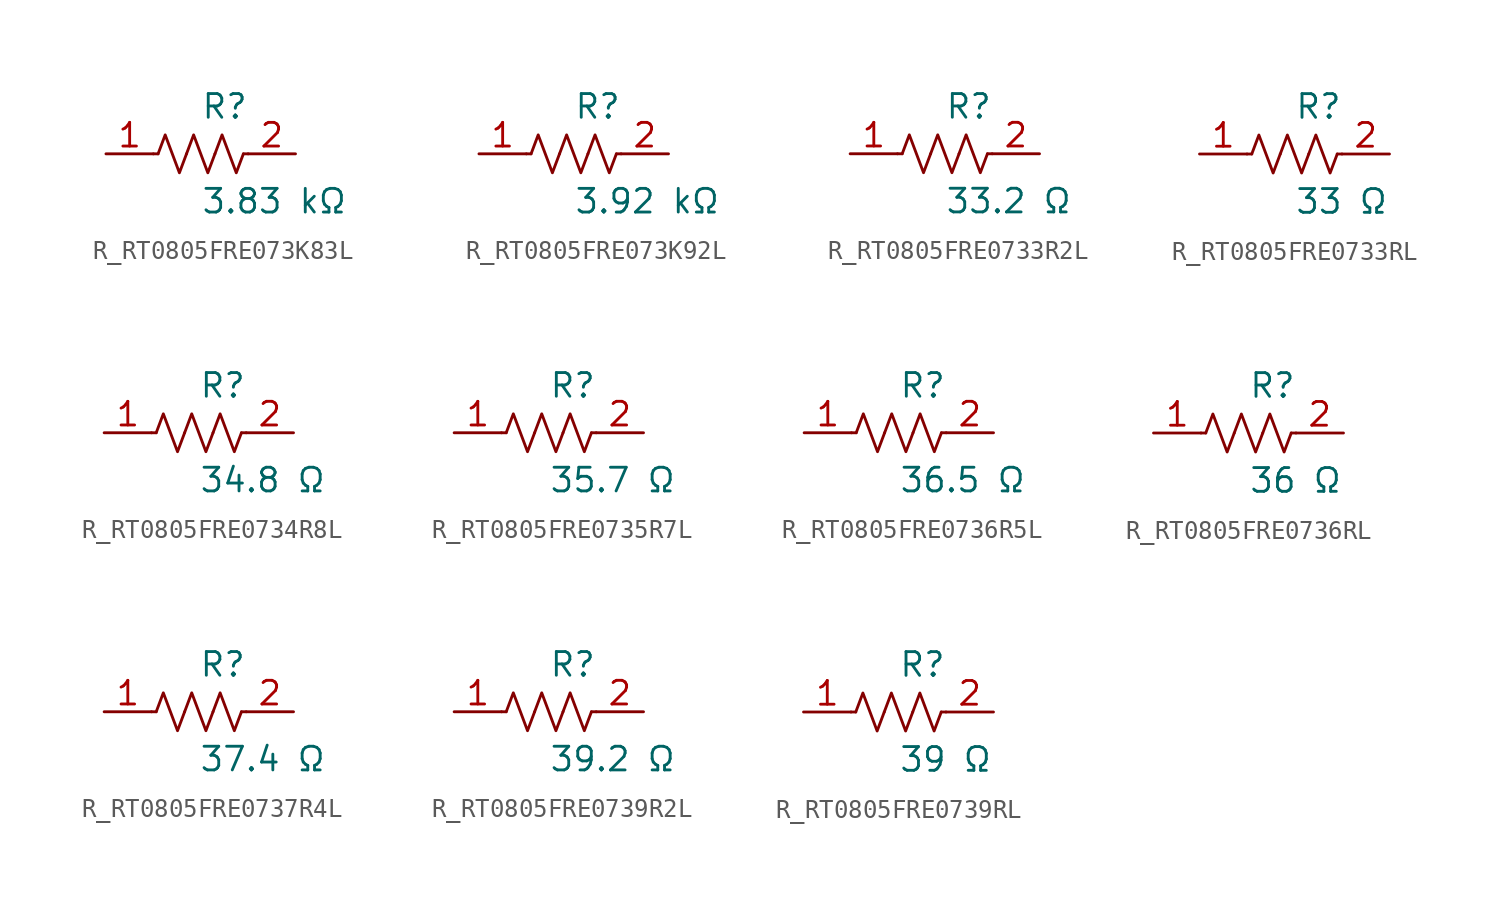
<source format=kicad_sym>
(kicad_symbol_lib
  (version 20231120)
  (generator kicad_symbol_editor)
  (generator_version 8.0)
  (symbol "R_RT0805FRE073K83L"
    (pin_names
      (offset 0.254))
    (property "Reference" "R"
      (at 0.0 2.54 0)
      (effects (font (size 1.27 1.27)) (justify left)))
    (property "Value" "3.83 kΩ"
      (at 0.0 -2.54 0)
      (effects (font (size 1.27 1.27)) (justify left)))
    (symbol "R_RT0805FRE073K83L_0_1"
      (polyline (pts (xy 2.286 0) (xy 2.54 0)) (stroke (width 0) (type default)) (fill (type none)))
      (polyline (pts (xy -2.286 0) (xy -2.54 0)) (stroke (width 0) (type default)) (fill (type none)))
      (polyline (pts (xy 0.762 0) (xy 1.143 1.016) (xy 1.524 0) (xy 1.905 -1.016) (xy 2.286 0)) (stroke (width 0) (type default)) (fill (type none)))
      (polyline (pts (xy -0.762 0) (xy -0.381 1.016) (xy 0 0) (xy 0.381 -1.016) (xy 0.762 0)) (stroke (width 0) (type default)) (fill (type none)))
      (polyline (pts (xy -2.286 0) (xy -1.905 1.016) (xy -1.524 0) (xy -1.143 -1.016) (xy -0.762 0)) (stroke (width 0) (type default)) (fill (type none))))
    (pin unspecified line
      (at -5.08 0 0)
      (length 2.54)
      (name "" (effects (font (size 1.27 1.27))))
      (number "1" (effects (font (size 1.27 1.27)))))
    (pin unspecified line
      (at 5.08 0 180)
      (length 2.54)
      (name "" (effects (font (size 1.27 1.27))))
      (number "2" (effects (font (size 1.27 1.27))))))
  (symbol "R_RT0805FRE073K92L"
    (pin_names
      (offset 0.254))
    (property "Reference" "R"
      (at 0.0 2.54 0)
      (effects (font (size 1.27 1.27)) (justify left)))
    (property "Value" "3.92 kΩ"
      (at 0.0 -2.54 0)
      (effects (font (size 1.27 1.27)) (justify left)))
    (symbol "R_RT0805FRE073K92L_0_1"
      (polyline (pts (xy 2.286 0) (xy 2.54 0)) (stroke (width 0) (type default)) (fill (type none)))
      (polyline (pts (xy -2.286 0) (xy -2.54 0)) (stroke (width 0) (type default)) (fill (type none)))
      (polyline (pts (xy 0.762 0) (xy 1.143 1.016) (xy 1.524 0) (xy 1.905 -1.016) (xy 2.286 0)) (stroke (width 0) (type default)) (fill (type none)))
      (polyline (pts (xy -0.762 0) (xy -0.381 1.016) (xy 0 0) (xy 0.381 -1.016) (xy 0.762 0)) (stroke (width 0) (type default)) (fill (type none)))
      (polyline (pts (xy -2.286 0) (xy -1.905 1.016) (xy -1.524 0) (xy -1.143 -1.016) (xy -0.762 0)) (stroke (width 0) (type default)) (fill (type none))))
    (pin unspecified line
      (at -5.08 0 0)
      (length 2.54)
      (name "" (effects (font (size 1.27 1.27))))
      (number "1" (effects (font (size 1.27 1.27)))))
    (pin unspecified line
      (at 5.08 0 180)
      (length 2.54)
      (name "" (effects (font (size 1.27 1.27))))
      (number "2" (effects (font (size 1.27 1.27))))))
  (symbol "R_RT0805FRE0733R2L"
    (pin_names
      (offset 0.254))
    (property "Reference" "R"
      (at 0.0 2.54 0)
      (effects (font (size 1.27 1.27)) (justify left)))
    (property "Value" "33.2 Ω"
      (at 0.0 -2.54 0)
      (effects (font (size 1.27 1.27)) (justify left)))
    (symbol "R_RT0805FRE0733R2L_0_1"
      (polyline (pts (xy 2.286 0) (xy 2.54 0)) (stroke (width 0) (type default)) (fill (type none)))
      (polyline (pts (xy -2.286 0) (xy -2.54 0)) (stroke (width 0) (type default)) (fill (type none)))
      (polyline (pts (xy 0.762 0) (xy 1.143 1.016) (xy 1.524 0) (xy 1.905 -1.016) (xy 2.286 0)) (stroke (width 0) (type default)) (fill (type none)))
      (polyline (pts (xy -0.762 0) (xy -0.381 1.016) (xy 0 0) (xy 0.381 -1.016) (xy 0.762 0)) (stroke (width 0) (type default)) (fill (type none)))
      (polyline (pts (xy -2.286 0) (xy -1.905 1.016) (xy -1.524 0) (xy -1.143 -1.016) (xy -0.762 0)) (stroke (width 0) (type default)) (fill (type none))))
    (pin unspecified line
      (at -5.08 0 0)
      (length 2.54)
      (name "" (effects (font (size 1.27 1.27))))
      (number "1" (effects (font (size 1.27 1.27)))))
    (pin unspecified line
      (at 5.08 0 180)
      (length 2.54)
      (name "" (effects (font (size 1.27 1.27))))
      (number "2" (effects (font (size 1.27 1.27))))))
  (symbol "R_RT0805FRE0733RL"
    (pin_names
      (offset 0.254))
    (property "Reference" "R"
      (at 0.0 2.54 0)
      (effects (font (size 1.27 1.27)) (justify left)))
    (property "Value" "33 Ω"
      (at 0.0 -2.54 0)
      (effects (font (size 1.27 1.27)) (justify left)))
    (symbol "R_RT0805FRE0733RL_0_1"
      (polyline (pts (xy 2.286 0) (xy 2.54 0)) (stroke (width 0) (type default)) (fill (type none)))
      (polyline (pts (xy -2.286 0) (xy -2.54 0)) (stroke (width 0) (type default)) (fill (type none)))
      (polyline (pts (xy 0.762 0) (xy 1.143 1.016) (xy 1.524 0) (xy 1.905 -1.016) (xy 2.286 0)) (stroke (width 0) (type default)) (fill (type none)))
      (polyline (pts (xy -0.762 0) (xy -0.381 1.016) (xy 0 0) (xy 0.381 -1.016) (xy 0.762 0)) (stroke (width 0) (type default)) (fill (type none)))
      (polyline (pts (xy -2.286 0) (xy -1.905 1.016) (xy -1.524 0) (xy -1.143 -1.016) (xy -0.762 0)) (stroke (width 0) (type default)) (fill (type none))))
    (pin unspecified line
      (at -5.08 0 0)
      (length 2.54)
      (name "" (effects (font (size 1.27 1.27))))
      (number "1" (effects (font (size 1.27 1.27)))))
    (pin unspecified line
      (at 5.08 0 180)
      (length 2.54)
      (name "" (effects (font (size 1.27 1.27))))
      (number "2" (effects (font (size 1.27 1.27))))))
  (symbol "R_RT0805FRE0734R8L"
    (pin_names
      (offset 0.254))
    (property "Reference" "R"
      (at 0.0 2.54 0)
      (effects (font (size 1.27 1.27)) (justify left)))
    (property "Value" "34.8 Ω"
      (at 0.0 -2.54 0)
      (effects (font (size 1.27 1.27)) (justify left)))
    (symbol "R_RT0805FRE0734R8L_0_1"
      (polyline (pts (xy 2.286 0) (xy 2.54 0)) (stroke (width 0) (type default)) (fill (type none)))
      (polyline (pts (xy -2.286 0) (xy -2.54 0)) (stroke (width 0) (type default)) (fill (type none)))
      (polyline (pts (xy 0.762 0) (xy 1.143 1.016) (xy 1.524 0) (xy 1.905 -1.016) (xy 2.286 0)) (stroke (width 0) (type default)) (fill (type none)))
      (polyline (pts (xy -0.762 0) (xy -0.381 1.016) (xy 0 0) (xy 0.381 -1.016) (xy 0.762 0)) (stroke (width 0) (type default)) (fill (type none)))
      (polyline (pts (xy -2.286 0) (xy -1.905 1.016) (xy -1.524 0) (xy -1.143 -1.016) (xy -0.762 0)) (stroke (width 0) (type default)) (fill (type none))))
    (pin unspecified line
      (at -5.08 0 0)
      (length 2.54)
      (name "" (effects (font (size 1.27 1.27))))
      (number "1" (effects (font (size 1.27 1.27)))))
    (pin unspecified line
      (at 5.08 0 180)
      (length 2.54)
      (name "" (effects (font (size 1.27 1.27))))
      (number "2" (effects (font (size 1.27 1.27))))))
  (symbol "R_RT0805FRE0735R7L"
    (pin_names
      (offset 0.254))
    (property "Reference" "R"
      (at 0.0 2.54 0)
      (effects (font (size 1.27 1.27)) (justify left)))
    (property "Value" "35.7 Ω"
      (at 0.0 -2.54 0)
      (effects (font (size 1.27 1.27)) (justify left)))
    (symbol "R_RT0805FRE0735R7L_0_1"
      (polyline (pts (xy 2.286 0) (xy 2.54 0)) (stroke (width 0) (type default)) (fill (type none)))
      (polyline (pts (xy -2.286 0) (xy -2.54 0)) (stroke (width 0) (type default)) (fill (type none)))
      (polyline (pts (xy 0.762 0) (xy 1.143 1.016) (xy 1.524 0) (xy 1.905 -1.016) (xy 2.286 0)) (stroke (width 0) (type default)) (fill (type none)))
      (polyline (pts (xy -0.762 0) (xy -0.381 1.016) (xy 0 0) (xy 0.381 -1.016) (xy 0.762 0)) (stroke (width 0) (type default)) (fill (type none)))
      (polyline (pts (xy -2.286 0) (xy -1.905 1.016) (xy -1.524 0) (xy -1.143 -1.016) (xy -0.762 0)) (stroke (width 0) (type default)) (fill (type none))))
    (pin unspecified line
      (at -5.08 0 0)
      (length 2.54)
      (name "" (effects (font (size 1.27 1.27))))
      (number "1" (effects (font (size 1.27 1.27)))))
    (pin unspecified line
      (at 5.08 0 180)
      (length 2.54)
      (name "" (effects (font (size 1.27 1.27))))
      (number "2" (effects (font (size 1.27 1.27))))))
  (symbol "R_RT0805FRE0736R5L"
    (pin_names
      (offset 0.254))
    (property "Reference" "R"
      (at 0.0 2.54 0)
      (effects (font (size 1.27 1.27)) (justify left)))
    (property "Value" "36.5 Ω"
      (at 0.0 -2.54 0)
      (effects (font (size 1.27 1.27)) (justify left)))
    (symbol "R_RT0805FRE0736R5L_0_1"
      (polyline (pts (xy 2.286 0) (xy 2.54 0)) (stroke (width 0) (type default)) (fill (type none)))
      (polyline (pts (xy -2.286 0) (xy -2.54 0)) (stroke (width 0) (type default)) (fill (type none)))
      (polyline (pts (xy 0.762 0) (xy 1.143 1.016) (xy 1.524 0) (xy 1.905 -1.016) (xy 2.286 0)) (stroke (width 0) (type default)) (fill (type none)))
      (polyline (pts (xy -0.762 0) (xy -0.381 1.016) (xy 0 0) (xy 0.381 -1.016) (xy 0.762 0)) (stroke (width 0) (type default)) (fill (type none)))
      (polyline (pts (xy -2.286 0) (xy -1.905 1.016) (xy -1.524 0) (xy -1.143 -1.016) (xy -0.762 0)) (stroke (width 0) (type default)) (fill (type none))))
    (pin unspecified line
      (at -5.08 0 0)
      (length 2.54)
      (name "" (effects (font (size 1.27 1.27))))
      (number "1" (effects (font (size 1.27 1.27)))))
    (pin unspecified line
      (at 5.08 0 180)
      (length 2.54)
      (name "" (effects (font (size 1.27 1.27))))
      (number "2" (effects (font (size 1.27 1.27))))))
  (symbol "R_RT0805FRE0736RL"
    (pin_names
      (offset 0.254))
    (property "Reference" "R"
      (at 0.0 2.54 0)
      (effects (font (size 1.27 1.27)) (justify left)))
    (property "Value" "36 Ω"
      (at 0.0 -2.54 0)
      (effects (font (size 1.27 1.27)) (justify left)))
    (symbol "R_RT0805FRE0736RL_0_1"
      (polyline (pts (xy 2.286 0) (xy 2.54 0)) (stroke (width 0) (type default)) (fill (type none)))
      (polyline (pts (xy -2.286 0) (xy -2.54 0)) (stroke (width 0) (type default)) (fill (type none)))
      (polyline (pts (xy 0.762 0) (xy 1.143 1.016) (xy 1.524 0) (xy 1.905 -1.016) (xy 2.286 0)) (stroke (width 0) (type default)) (fill (type none)))
      (polyline (pts (xy -0.762 0) (xy -0.381 1.016) (xy 0 0) (xy 0.381 -1.016) (xy 0.762 0)) (stroke (width 0) (type default)) (fill (type none)))
      (polyline (pts (xy -2.286 0) (xy -1.905 1.016) (xy -1.524 0) (xy -1.143 -1.016) (xy -0.762 0)) (stroke (width 0) (type default)) (fill (type none))))
    (pin unspecified line
      (at -5.08 0 0)
      (length 2.54)
      (name "" (effects (font (size 1.27 1.27))))
      (number "1" (effects (font (size 1.27 1.27)))))
    (pin unspecified line
      (at 5.08 0 180)
      (length 2.54)
      (name "" (effects (font (size 1.27 1.27))))
      (number "2" (effects (font (size 1.27 1.27))))))
  (symbol "R_RT0805FRE0737R4L"
    (pin_names
      (offset 0.254))
    (property "Reference" "R"
      (at 0.0 2.54 0)
      (effects (font (size 1.27 1.27)) (justify left)))
    (property "Value" "37.4 Ω"
      (at 0.0 -2.54 0)
      (effects (font (size 1.27 1.27)) (justify left)))
    (symbol "R_RT0805FRE0737R4L_0_1"
      (polyline (pts (xy 2.286 0) (xy 2.54 0)) (stroke (width 0) (type default)) (fill (type none)))
      (polyline (pts (xy -2.286 0) (xy -2.54 0)) (stroke (width 0) (type default)) (fill (type none)))
      (polyline (pts (xy 0.762 0) (xy 1.143 1.016) (xy 1.524 0) (xy 1.905 -1.016) (xy 2.286 0)) (stroke (width 0) (type default)) (fill (type none)))
      (polyline (pts (xy -0.762 0) (xy -0.381 1.016) (xy 0 0) (xy 0.381 -1.016) (xy 0.762 0)) (stroke (width 0) (type default)) (fill (type none)))
      (polyline (pts (xy -2.286 0) (xy -1.905 1.016) (xy -1.524 0) (xy -1.143 -1.016) (xy -0.762 0)) (stroke (width 0) (type default)) (fill (type none))))
    (pin unspecified line
      (at -5.08 0 0)
      (length 2.54)
      (name "" (effects (font (size 1.27 1.27))))
      (number "1" (effects (font (size 1.27 1.27)))))
    (pin unspecified line
      (at 5.08 0 180)
      (length 2.54)
      (name "" (effects (font (size 1.27 1.27))))
      (number "2" (effects (font (size 1.27 1.27))))))
  (symbol "R_RT0805FRE0739R2L"
    (pin_names
      (offset 0.254))
    (property "Reference" "R"
      (at 0.0 2.54 0)
      (effects (font (size 1.27 1.27)) (justify left)))
    (property "Value" "39.2 Ω"
      (at 0.0 -2.54 0)
      (effects (font (size 1.27 1.27)) (justify left)))
    (symbol "R_RT0805FRE0739R2L_0_1"
      (polyline (pts (xy 2.286 0) (xy 2.54 0)) (stroke (width 0) (type default)) (fill (type none)))
      (polyline (pts (xy -2.286 0) (xy -2.54 0)) (stroke (width 0) (type default)) (fill (type none)))
      (polyline (pts (xy 0.762 0) (xy 1.143 1.016) (xy 1.524 0) (xy 1.905 -1.016) (xy 2.286 0)) (stroke (width 0) (type default)) (fill (type none)))
      (polyline (pts (xy -0.762 0) (xy -0.381 1.016) (xy 0 0) (xy 0.381 -1.016) (xy 0.762 0)) (stroke (width 0) (type default)) (fill (type none)))
      (polyline (pts (xy -2.286 0) (xy -1.905 1.016) (xy -1.524 0) (xy -1.143 -1.016) (xy -0.762 0)) (stroke (width 0) (type default)) (fill (type none))))
    (pin unspecified line
      (at -5.08 0 0)
      (length 2.54)
      (name "" (effects (font (size 1.27 1.27))))
      (number "1" (effects (font (size 1.27 1.27)))))
    (pin unspecified line
      (at 5.08 0 180)
      (length 2.54)
      (name "" (effects (font (size 1.27 1.27))))
      (number "2" (effects (font (size 1.27 1.27))))))
  (symbol "R_RT0805FRE0739RL"
    (pin_names
      (offset 0.254))
    (property "Reference" "R"
      (at 0.0 2.54 0)
      (effects (font (size 1.27 1.27)) (justify left)))
    (property "Value" "39 Ω"
      (at 0.0 -2.54 0)
      (effects (font (size 1.27 1.27)) (justify left)))
    (symbol "R_RT0805FRE0739RL_0_1"
      (polyline (pts (xy 2.286 0) (xy 2.54 0)) (stroke (width 0) (type default)) (fill (type none)))
      (polyline (pts (xy -2.286 0) (xy -2.54 0)) (stroke (width 0) (type default)) (fill (type none)))
      (polyline (pts (xy 0.762 0) (xy 1.143 1.016) (xy 1.524 0) (xy 1.905 -1.016) (xy 2.286 0)) (stroke (width 0) (type default)) (fill (type none)))
      (polyline (pts (xy -0.762 0) (xy -0.381 1.016) (xy 0 0) (xy 0.381 -1.016) (xy 0.762 0)) (stroke (width 0) (type default)) (fill (type none)))
      (polyline (pts (xy -2.286 0) (xy -1.905 1.016) (xy -1.524 0) (xy -1.143 -1.016) (xy -0.762 0)) (stroke (width 0) (type default)) (fill (type none))))
    (pin unspecified line
      (at -5.08 0 0)
      (length 2.54)
      (name "" (effects (font (size 1.27 1.27))))
      (number "1" (effects (font (size 1.27 1.27)))))
    (pin unspecified line
      (at 5.08 0 180)
      (length 2.54)
      (name "" (effects (font (size 1.27 1.27))))
      (number "2" (effects (font (size 1.27 1.27)))))))
</source>
